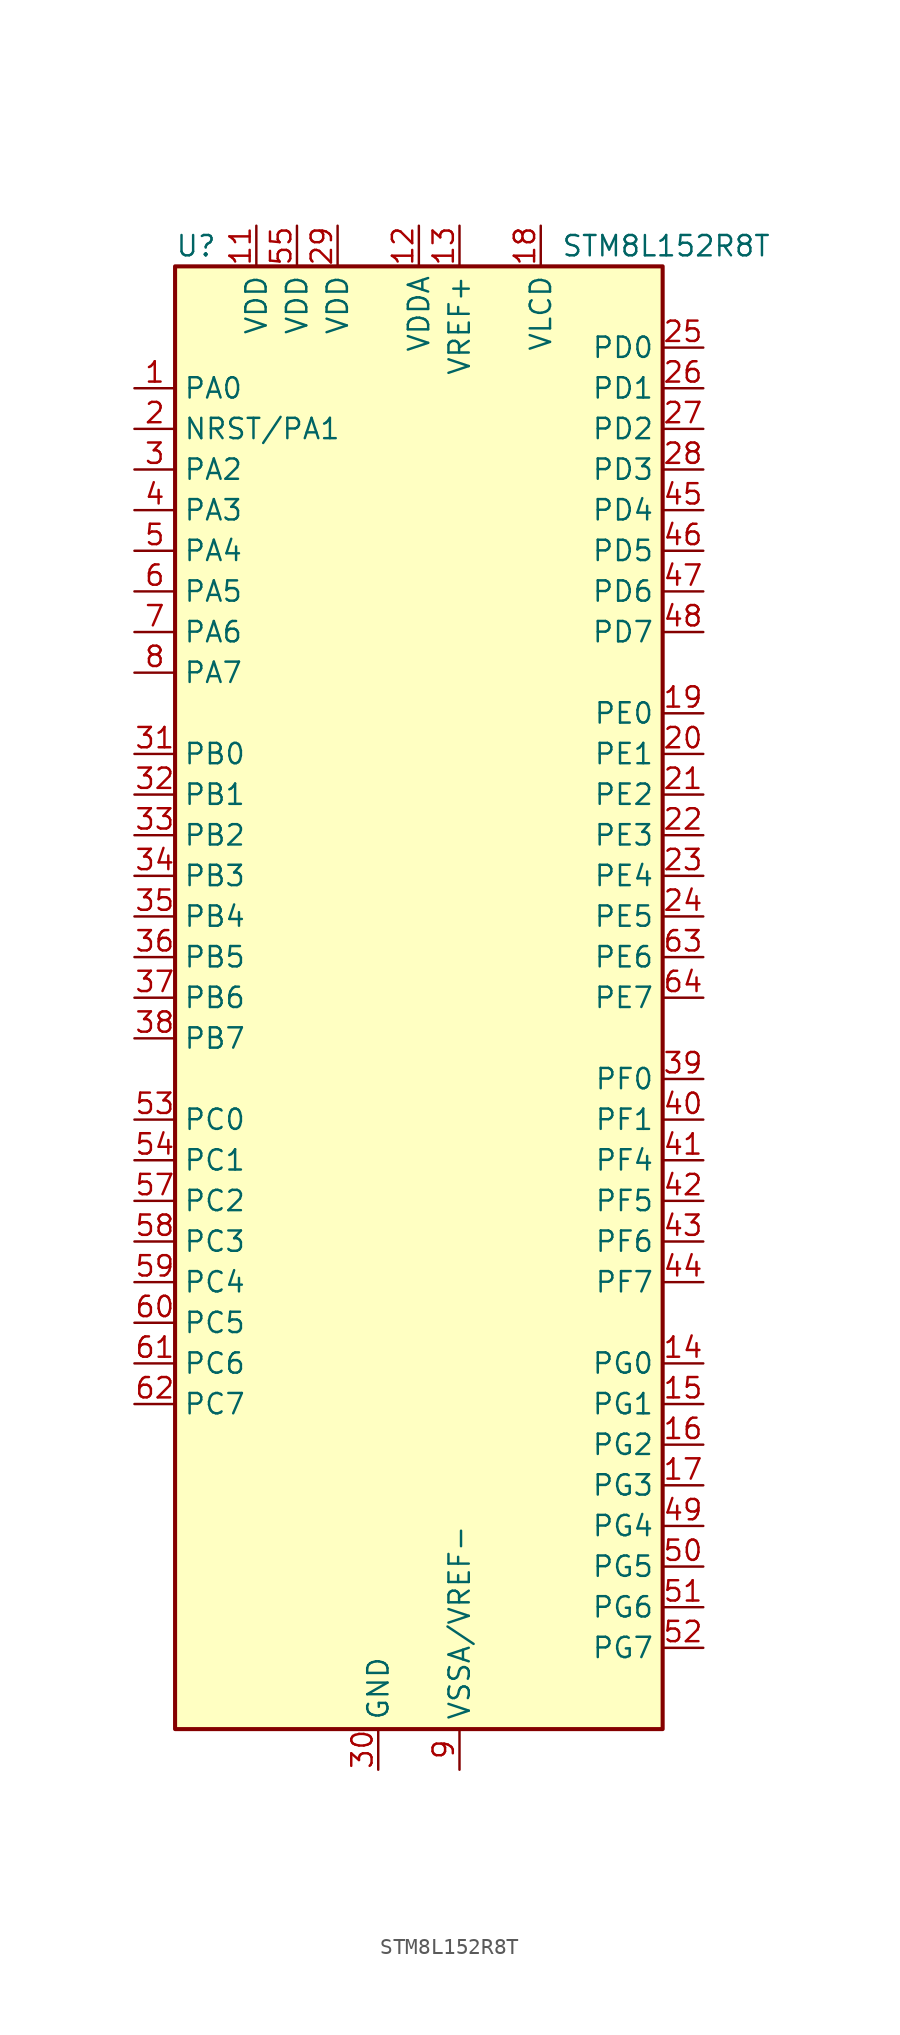
<source format=kicad_sym>
(kicad_symbol_lib
  (version 20200908)
  (generator kicad_symbol_editor)
  (symbol "MCU_ST_STM8:STM8L152R8T"
    (property "Reference" "U"
      (at -15.24 46.99 0)
      (effects (font (size 1.27 1.27)) (justify left)))
    (property "Value" "STM8L152R8T"
      (at 8.89 46.99 0)
      (effects (font (size 1.27 1.27)) (justify left)))
    (symbol "STM8L152R8T_0_1"
      (rectangle (start -15.24 45.72) (end 15.24 -45.72) (stroke (width 0.254)) (fill (type background))))
    (symbol "STM8L152R8T_0_0"
      (pin passive line (at -2.54 -48.26 90) (length 2.54) hide (name "GND" (effects (font (size 1.27 1.27)))) (number "10" (effects (font (size 1.27 1.27)))))
      (pin bidirectional line (at 17.78 12.7 180) (length 2.54) (name "PE2" (effects (font (size 1.27 1.27)))) (number "21" (effects (font (size 1.27 1.27)))))
      (pin bidirectional line (at 17.78 10.16 180) (length 2.54) (name "PE3" (effects (font (size 1.27 1.27)))) (number "22" (effects (font (size 1.27 1.27)))))
      (pin bidirectional line (at 17.78 7.62 180) (length 2.54) (name "PE4" (effects (font (size 1.27 1.27)))) (number "23" (effects (font (size 1.27 1.27)))))
      (pin bidirectional line (at 17.78 5.08 180) (length 2.54) (name "PE5" (effects (font (size 1.27 1.27)))) (number "24" (effects (font (size 1.27 1.27)))))
      (pin bidirectional line (at 17.78 40.64 180) (length 2.54) (name "PD0" (effects (font (size 1.27 1.27)))) (number "25" (effects (font (size 1.27 1.27)))))
      (pin bidirectional line (at 17.78 38.1 180) (length 2.54) (name "PD1" (effects (font (size 1.27 1.27)))) (number "26" (effects (font (size 1.27 1.27)))))
      (pin bidirectional line (at 17.78 35.56 180) (length 2.54) (name "PD2" (effects (font (size 1.27 1.27)))) (number "27" (effects (font (size 1.27 1.27)))))
      (pin bidirectional line (at 17.78 33.02 180) (length 2.54) (name "PD3" (effects (font (size 1.27 1.27)))) (number "28" (effects (font (size 1.27 1.27)))))
      (pin power_in line (at -5.08 48.26 270) (length 2.54) (name "VDD" (effects (font (size 1.27 1.27)))) (number "29" (effects (font (size 1.27 1.27)))))
      (pin power_in line (at -2.54 -48.26 90) (length 2.54) (name "GND" (effects (font (size 1.27 1.27)))) (number "30" (effects (font (size 1.27 1.27)))))
      (pin bidirectional line (at -17.78 15.24 0) (length 2.54) (name "PB0" (effects (font (size 1.27 1.27)))) (number "31" (effects (font (size 1.27 1.27)))))
      (pin bidirectional line (at -17.78 12.7 0) (length 2.54) (name "PB1" (effects (font (size 1.27 1.27)))) (number "32" (effects (font (size 1.27 1.27)))))
      (pin bidirectional line (at -17.78 10.16 0) (length 2.54) (name "PB2" (effects (font (size 1.27 1.27)))) (number "33" (effects (font (size 1.27 1.27)))))
      (pin bidirectional line (at -17.78 7.62 0) (length 2.54) (name "PB3" (effects (font (size 1.27 1.27)))) (number "34" (effects (font (size 1.27 1.27)))))
      (pin bidirectional line (at -17.78 5.08 0) (length 2.54) (name "PB4" (effects (font (size 1.27 1.27)))) (number "35" (effects (font (size 1.27 1.27)))))
      (pin bidirectional line (at -17.78 2.54 0) (length 2.54) (name "PB5" (effects (font (size 1.27 1.27)))) (number "36" (effects (font (size 1.27 1.27)))))
      (pin bidirectional line (at -17.78 0 0) (length 2.54) (name "PB6" (effects (font (size 1.27 1.27)))) (number "37" (effects (font (size 1.27 1.27)))))
      (pin bidirectional line (at -17.78 -2.54 0) (length 2.54) (name "PB7" (effects (font (size 1.27 1.27)))) (number "38" (effects (font (size 1.27 1.27)))))
      (pin bidirectional line (at 17.78 -5.08 180) (length 2.54) (name "PF0" (effects (font (size 1.27 1.27)))) (number "39" (effects (font (size 1.27 1.27)))))
      (pin bidirectional line (at 17.78 -7.62 180) (length 2.54) (name "PF1" (effects (font (size 1.27 1.27)))) (number "40" (effects (font (size 1.27 1.27)))))
      (pin bidirectional line (at 17.78 -10.16 180) (length 2.54) (name "PF4" (effects (font (size 1.27 1.27)))) (number "41" (effects (font (size 1.27 1.27)))))
      (pin bidirectional line (at 17.78 -12.7 180) (length 2.54) (name "PF5" (effects (font (size 1.27 1.27)))) (number "42" (effects (font (size 1.27 1.27)))))
      (pin bidirectional line (at 17.78 -15.24 180) (length 2.54) (name "PF6" (effects (font (size 1.27 1.27)))) (number "43" (effects (font (size 1.27 1.27)))))
      (pin bidirectional line (at 17.78 -17.78 180) (length 2.54) (name "PF7" (effects (font (size 1.27 1.27)))) (number "44" (effects (font (size 1.27 1.27)))))
      (pin bidirectional line (at 17.78 30.48 180) (length 2.54) (name "PD4" (effects (font (size 1.27 1.27)))) (number "45" (effects (font (size 1.27 1.27)))))
      (pin bidirectional line (at 17.78 27.94 180) (length 2.54) (name "PD5" (effects (font (size 1.27 1.27)))) (number "46" (effects (font (size 1.27 1.27)))))
      (pin bidirectional line (at 17.78 25.4 180) (length 2.54) (name "PD6" (effects (font (size 1.27 1.27)))) (number "47" (effects (font (size 1.27 1.27)))))
      (pin bidirectional line (at 17.78 22.86 180) (length 2.54) (name "PD7" (effects (font (size 1.27 1.27)))) (number "48" (effects (font (size 1.27 1.27)))))
      (pin bidirectional line (at 17.78 -33.02 180) (length 2.54) (name "PG4" (effects (font (size 1.27 1.27)))) (number "49" (effects (font (size 1.27 1.27)))))
      (pin bidirectional line (at 17.78 -35.56 180) (length 2.54) (name "PG5" (effects (font (size 1.27 1.27)))) (number "50" (effects (font (size 1.27 1.27)))))
      (pin bidirectional line (at 17.78 -38.1 180) (length 2.54) (name "PG6" (effects (font (size 1.27 1.27)))) (number "51" (effects (font (size 1.27 1.27)))))
      (pin bidirectional line (at 17.78 -40.64 180) (length 2.54) (name "PG7" (effects (font (size 1.27 1.27)))) (number "52" (effects (font (size 1.27 1.27)))))
      (pin bidirectional line (at -17.78 -7.62 0) (length 2.54) (name "PC0" (effects (font (size 1.27 1.27)))) (number "53" (effects (font (size 1.27 1.27)))))
      (pin bidirectional line (at -17.78 -10.16 0) (length 2.54) (name "PC1" (effects (font (size 1.27 1.27)))) (number "54" (effects (font (size 1.27 1.27)))))
      (pin power_in line (at -7.62 48.26 270) (length 2.54) (name "VDD" (effects (font (size 1.27 1.27)))) (number "55" (effects (font (size 1.27 1.27)))))
      (pin passive line (at -2.54 -48.26 90) (length 2.54) hide (name "GND" (effects (font (size 1.27 1.27)))) (number "56" (effects (font (size 1.27 1.27)))))
      (pin bidirectional line (at -17.78 -12.7 0) (length 2.54) (name "PC2" (effects (font (size 1.27 1.27)))) (number "57" (effects (font (size 1.27 1.27)))))
      (pin bidirectional line (at -17.78 -15.24 0) (length 2.54) (name "PC3" (effects (font (size 1.27 1.27)))) (number "58" (effects (font (size 1.27 1.27)))))
      (pin bidirectional line (at -17.78 -17.78 0) (length 2.54) (name "PC4" (effects (font (size 1.27 1.27)))) (number "59" (effects (font (size 1.27 1.27)))))
      (pin bidirectional line (at -17.78 -20.32 0) (length 2.54) (name "PC5" (effects (font (size 1.27 1.27)))) (number "60" (effects (font (size 1.27 1.27)))))
      (pin bidirectional line (at -17.78 -22.86 0) (length 2.54) (name "PC6" (effects (font (size 1.27 1.27)))) (number "61" (effects (font (size 1.27 1.27)))))
      (pin bidirectional line (at -17.78 -25.4 0) (length 2.54) (name "PC7" (effects (font (size 1.27 1.27)))) (number "62" (effects (font (size 1.27 1.27)))))
      (pin bidirectional line (at 17.78 2.54 180) (length 2.54) (name "PE6" (effects (font (size 1.27 1.27)))) (number "63" (effects (font (size 1.27 1.27)))))
      (pin bidirectional line (at 17.78 0 180) (length 2.54) (name "PE7" (effects (font (size 1.27 1.27)))) (number "64" (effects (font (size 1.27 1.27))))))
    (symbol "STM8L152R8T_1_1"
      (pin bidirectional line (at -17.78 38.1 0) (length 2.54) (name "PA0" (effects (font (size 1.27 1.27)))) (number "1" (effects (font (size 1.27 1.27)))))
      (pin power_in line (at -10.16 48.26 270) (length 2.54) (name "VDD" (effects (font (size 1.27 1.27)))) (number "11" (effects (font (size 1.27 1.27)))))
      (pin power_in line (at 0 48.26 270) (length 2.54) (name "VDDA" (effects (font (size 1.27 1.27)))) (number "12" (effects (font (size 1.27 1.27)))))
      (pin power_in line (at 2.54 48.26 270) (length 2.54) (name "VREF+" (effects (font (size 1.27 1.27)))) (number "13" (effects (font (size 1.27 1.27)))))
      (pin bidirectional line (at 17.78 -22.86 180) (length 2.54) (name "PG0" (effects (font (size 1.27 1.27)))) (number "14" (effects (font (size 1.27 1.27)))))
      (pin bidirectional line (at 17.78 -25.4 180) (length 2.54) (name "PG1" (effects (font (size 1.27 1.27)))) (number "15" (effects (font (size 1.27 1.27)))))
      (pin bidirectional line (at 17.78 -27.94 180) (length 2.54) (name "PG2" (effects (font (size 1.27 1.27)))) (number "16" (effects (font (size 1.27 1.27)))))
      (pin bidirectional line (at 17.78 -30.48 180) (length 2.54) (name "PG3" (effects (font (size 1.27 1.27)))) (number "17" (effects (font (size 1.27 1.27)))))
      (pin power_in line (at 7.62 48.26 270) (length 2.54) (name "VLCD" (effects (font (size 1.27 1.27)))) (number "18" (effects (font (size 1.27 1.27)))))
      (pin bidirectional line (at 17.78 17.78 180) (length 2.54) (name "PE0" (effects (font (size 1.27 1.27)))) (number "19" (effects (font (size 1.27 1.27)))))
      (pin bidirectional line (at -17.78 35.56 0) (length 2.54) (name "NRST/PA1" (effects (font (size 1.27 1.27)))) (number "2" (effects (font (size 1.27 1.27)))))
      (pin bidirectional line (at 17.78 15.24 180) (length 2.54) (name "PE1" (effects (font (size 1.27 1.27)))) (number "20" (effects (font (size 1.27 1.27)))))
      (pin bidirectional line (at -17.78 33.02 0) (length 2.54) (name "PA2" (effects (font (size 1.27 1.27)))) (number "3" (effects (font (size 1.27 1.27)))))
      (pin bidirectional line (at -17.78 30.48 0) (length 2.54) (name "PA3" (effects (font (size 1.27 1.27)))) (number "4" (effects (font (size 1.27 1.27)))))
      (pin bidirectional line (at -17.78 27.94 0) (length 2.54) (name "PA4" (effects (font (size 1.27 1.27)))) (number "5" (effects (font (size 1.27 1.27)))))
      (pin bidirectional line (at -17.78 25.4 0) (length 2.54) (name "PA5" (effects (font (size 1.27 1.27)))) (number "6" (effects (font (size 1.27 1.27)))))
      (pin bidirectional line (at -17.78 22.86 0) (length 2.54) (name "PA6" (effects (font (size 1.27 1.27)))) (number "7" (effects (font (size 1.27 1.27)))))
      (pin bidirectional line (at -17.78 20.32 0) (length 2.54) (name "PA7" (effects (font (size 1.27 1.27)))) (number "8" (effects (font (size 1.27 1.27)))))
      (pin power_in line (at 2.54 -48.26 90) (length 2.54) (name "VSSA/VREF-" (effects (font (size 1.27 1.27)))) (number "9" (effects (font (size 1.27 1.27))))))))
</source>
